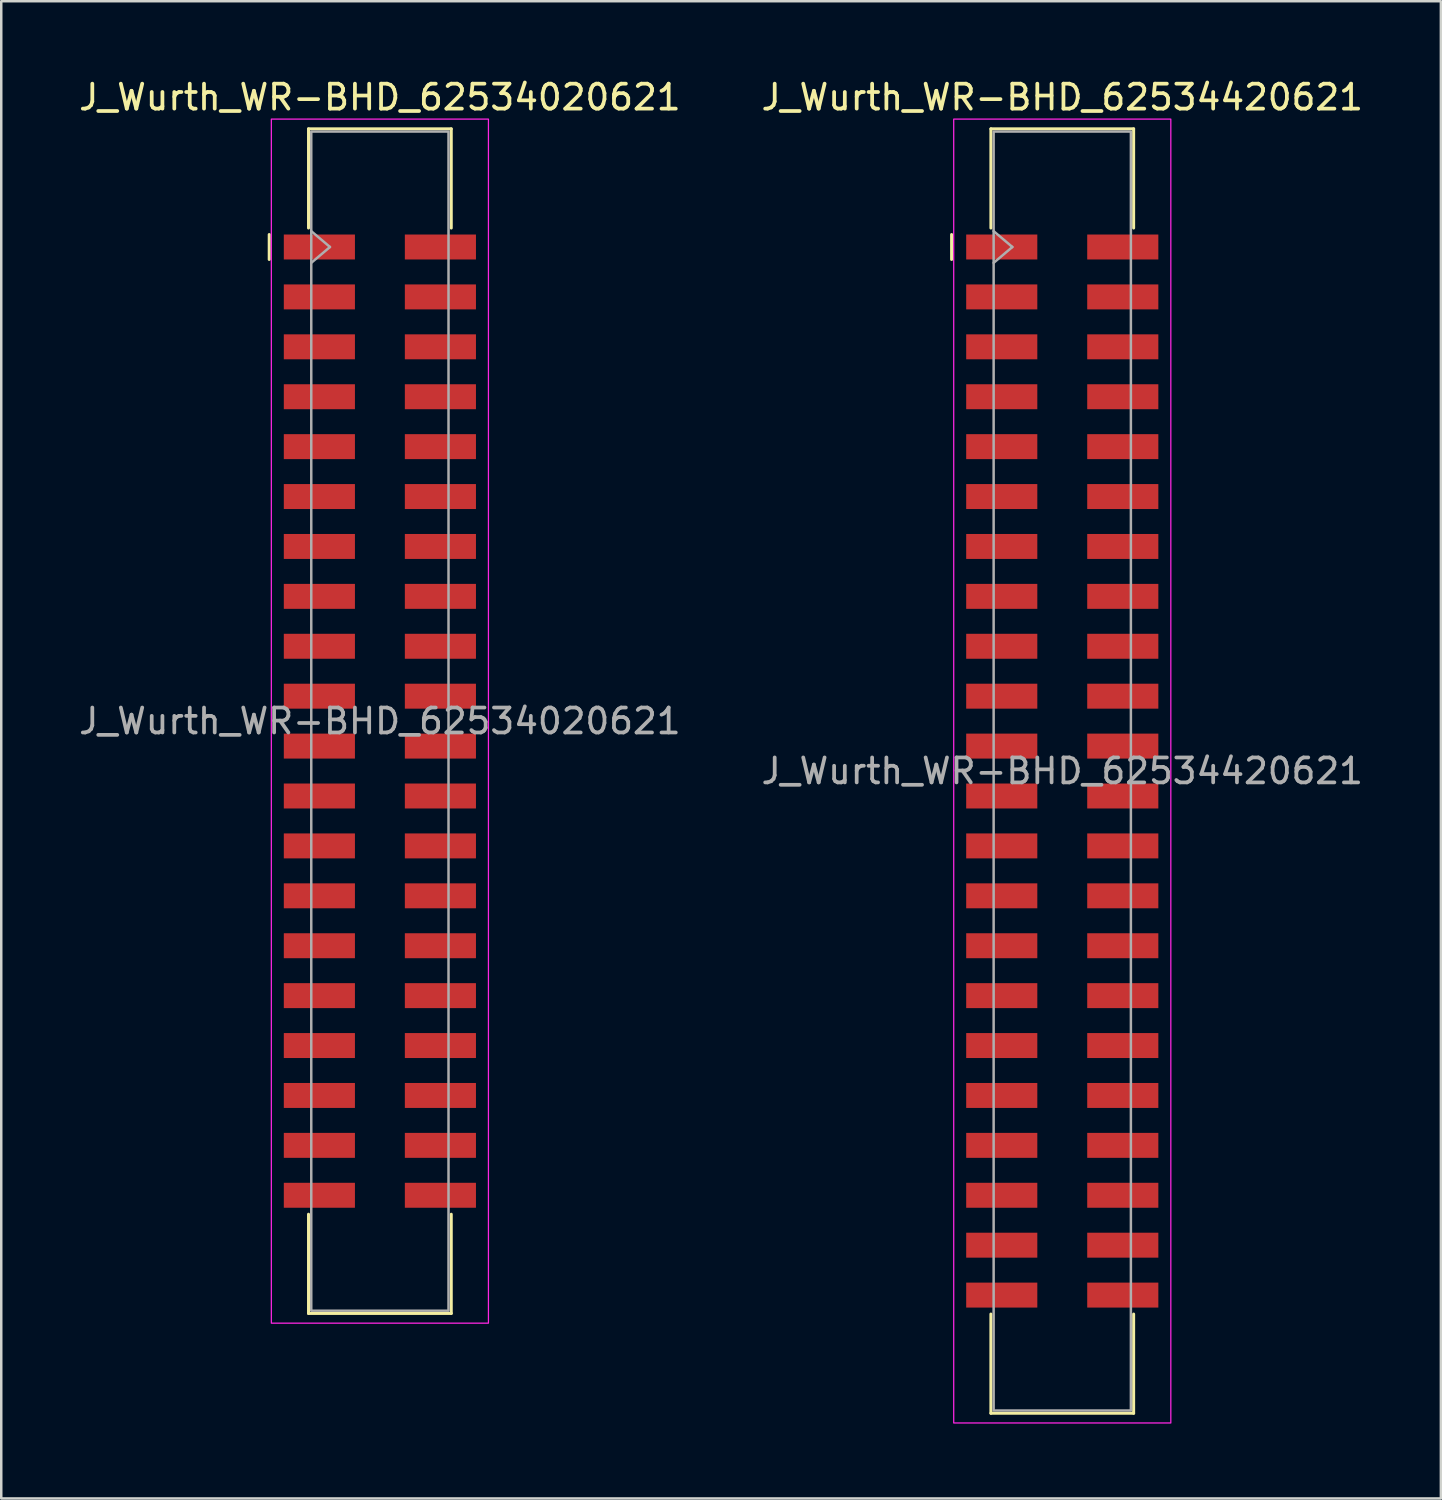
<source format=kicad_pcb>
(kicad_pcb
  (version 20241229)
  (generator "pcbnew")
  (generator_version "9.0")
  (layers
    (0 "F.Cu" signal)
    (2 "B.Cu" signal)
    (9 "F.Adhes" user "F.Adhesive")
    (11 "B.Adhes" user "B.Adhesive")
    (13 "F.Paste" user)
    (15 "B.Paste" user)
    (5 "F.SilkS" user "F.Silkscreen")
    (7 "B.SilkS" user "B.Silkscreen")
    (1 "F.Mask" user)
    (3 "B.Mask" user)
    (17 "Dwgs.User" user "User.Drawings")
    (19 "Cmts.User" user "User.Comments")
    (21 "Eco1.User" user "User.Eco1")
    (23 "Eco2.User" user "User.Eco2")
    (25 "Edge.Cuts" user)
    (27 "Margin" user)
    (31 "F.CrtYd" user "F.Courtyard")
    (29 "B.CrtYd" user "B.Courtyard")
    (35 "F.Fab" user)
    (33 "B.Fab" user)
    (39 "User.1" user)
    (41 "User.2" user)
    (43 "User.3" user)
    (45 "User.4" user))
  (footprint "J_Wurth_WR-BHD_62534020621"
    (layer "F.Cu")
    (at 12.173 25.848)
    (property "Reference" "J_Wurth_WR-BHD_62534020621" (at 0 -25 0) (unlocked yes) (layer "F.SilkS") (effects (font (size 1 1) (thickness 0.15))))
    (attr smd)
    (fp_line (start -4.435 -19.5) (end -4.435 -18.5) (stroke (width 0.12) (type solid)) (layer "F.SilkS"))
    (fp_line (start -2.86 -23.735) (end -2.86 -19.76) (stroke (width 0.12) (type solid)) (layer "F.SilkS"))
    (fp_line (start -2.86 -23.735) (end 2.86 -23.735) (stroke (width 0.12) (type default)) (layer "F.SilkS"))
    (fp_line (start -2.86 19.76) (end -2.86 23.735) (stroke (width 0.12) (type solid)) (layer "F.SilkS"))
    (fp_line (start 2.86 -23.735) (end 2.86 -19.76) (stroke (width 0.12) (type solid)) (layer "F.SilkS"))
    (fp_line (start 2.86 19.76) (end 2.86 23.735) (stroke (width 0.12) (type solid)) (layer "F.SilkS"))
    (fp_line (start 2.86 23.735) (end -2.86 23.735) (stroke (width 0.12) (type default)) (layer "F.SilkS"))
    (fp_rect (start -4.35 -24.125) (end 4.35 24.125) (stroke (width 0.05) (type solid)) (fill no) (layer "F.CrtYd"))
    (fp_line (start -2 -19) (end -2.75 -19.635) (stroke (width 0.1) (type solid)) (layer "F.Fab"))
    (fp_line (start -2 -19) (end -2.75 -18.365) (stroke (width 0.1) (type solid)) (layer "F.Fab"))
    (fp_rect (start -2.75 -23.625) (end 2.75 23.625) (stroke (width 0.1) (type solid)) (fill no) (layer "F.Fab"))
    (fp_text user "${REFERENCE}" (at 0 0 0) (unlocked yes) (layer "F.Fab") (effects (font (size 1 1) (thickness 0.15))))
    (pad "1" smd rect (at -2.425 -19 270) (size 1 2.85) (layers "F.Cu" "F.Mask" "F.Paste"))
    (pad "2" smd rect (at 2.425 -19 270) (size 1 2.85) (layers "F.Cu" "F.Mask" "F.Paste"))
    (pad "3" smd rect (at -2.425 -17 270) (size 1 2.85) (layers "F.Cu" "F.Mask" "F.Paste"))
    (pad "4" smd rect (at 2.425 -17 270) (size 1 2.85) (layers "F.Cu" "F.Mask" "F.Paste"))
    (pad "5" smd rect (at -2.425 -15 270) (size 1 2.85) (layers "F.Cu" "F.Mask" "F.Paste"))
    (pad "6" smd rect (at 2.425 -15 270) (size 1 2.85) (layers "F.Cu" "F.Mask" "F.Paste"))
    (pad "7" smd rect (at -2.425 -13 270) (size 1 2.85) (layers "F.Cu" "F.Mask" "F.Paste"))
    (pad "8" smd rect (at 2.425 -13 270) (size 1 2.85) (layers "F.Cu" "F.Mask" "F.Paste"))
    (pad "9" smd rect (at -2.425 -11 270) (size 1 2.85) (layers "F.Cu" "F.Mask" "F.Paste"))
    (pad "10" smd rect (at 2.425 -11 270) (size 1 2.85) (layers "F.Cu" "F.Mask" "F.Paste"))
    (pad "11" smd rect (at -2.425 -9 270) (size 1 2.85) (layers "F.Cu" "F.Mask" "F.Paste"))
    (pad "12" smd rect (at 2.425 -9 270) (size 1 2.85) (layers "F.Cu" "F.Mask" "F.Paste"))
    (pad "13" smd rect (at -2.425 -7 270) (size 1 2.85) (layers "F.Cu" "F.Mask" "F.Paste"))
    (pad "14" smd rect (at 2.425 -7 270) (size 1 2.85) (layers "F.Cu" "F.Mask" "F.Paste"))
    (pad "15" smd rect (at -2.425 -5 270) (size 1 2.85) (layers "F.Cu" "F.Mask" "F.Paste"))
    (pad "16" smd rect (at 2.425 -5 270) (size 1 2.85) (layers "F.Cu" "F.Mask" "F.Paste"))
    (pad "17" smd rect (at -2.425 -3 270) (size 1 2.85) (layers "F.Cu" "F.Mask" "F.Paste"))
    (pad "18" smd rect (at 2.425 -3 270) (size 1 2.85) (layers "F.Cu" "F.Mask" "F.Paste"))
    (pad "19" smd rect (at -2.425 -1 270) (size 1 2.85) (layers "F.Cu" "F.Mask" "F.Paste"))
    (pad "20" smd rect (at 2.425 -1 270) (size 1 2.85) (layers "F.Cu" "F.Mask" "F.Paste"))
    (pad "21" smd rect (at -2.425 1 270) (size 1 2.85) (layers "F.Cu" "F.Mask" "F.Paste"))
    (pad "22" smd rect (at 2.425 1 270) (size 1 2.85) (layers "F.Cu" "F.Mask" "F.Paste"))
    (pad "23" smd rect (at -2.425 3 270) (size 1 2.85) (layers "F.Cu" "F.Mask" "F.Paste"))
    (pad "24" smd rect (at 2.425 3 270) (size 1 2.85) (layers "F.Cu" "F.Mask" "F.Paste"))
    (pad "25" smd rect (at -2.425 5 270) (size 1 2.85) (layers "F.Cu" "F.Mask" "F.Paste"))
    (pad "26" smd rect (at 2.425 5 270) (size 1 2.85) (layers "F.Cu" "F.Mask" "F.Paste"))
    (pad "27" smd rect (at -2.425 7 270) (size 1 2.85) (layers "F.Cu" "F.Mask" "F.Paste"))
    (pad "28" smd rect (at 2.425 7 270) (size 1 2.85) (layers "F.Cu" "F.Mask" "F.Paste"))
    (pad "29" smd rect (at -2.425 9 270) (size 1 2.85) (layers "F.Cu" "F.Mask" "F.Paste"))
    (pad "30" smd rect (at 2.425 9 270) (size 1 2.85) (layers "F.Cu" "F.Mask" "F.Paste"))
    (pad "31" smd rect (at -2.425 11 270) (size 1 2.85) (layers "F.Cu" "F.Mask" "F.Paste"))
    (pad "32" smd rect (at 2.425 11 270) (size 1 2.85) (layers "F.Cu" "F.Mask" "F.Paste"))
    (pad "33" smd rect (at -2.425 13 270) (size 1 2.85) (layers "F.Cu" "F.Mask" "F.Paste"))
    (pad "34" smd rect (at 2.425 13 270) (size 1 2.85) (layers "F.Cu" "F.Mask" "F.Paste"))
    (pad "35" smd rect (at -2.425 15 270) (size 1 2.85) (layers "F.Cu" "F.Mask" "F.Paste"))
    (pad "36" smd rect (at 2.425 15 270) (size 1 2.85) (layers "F.Cu" "F.Mask" "F.Paste"))
    (pad "37" smd rect (at -2.425 17 270) (size 1 2.85) (layers "F.Cu" "F.Mask" "F.Paste"))
    (pad "38" smd rect (at 2.425 17 270) (size 1 2.85) (layers "F.Cu" "F.Mask" "F.Paste"))
    (pad "39" smd rect (at -2.425 19 270) (size 1 2.85) (layers "F.Cu" "F.Mask" "F.Paste"))
    (pad "40" smd rect (at 2.425 19 270) (size 1 2.85) (layers "F.Cu" "F.Mask" "F.Paste")))
  (footprint "J_Wurth_WR-BHD_62534420621"
    (layer "F.Cu")
    (at 39.518 27.848)
    (property "Reference" "J_Wurth_WR-BHD_62534420621" (at 0 -27 0) (unlocked yes) (layer "F.SilkS") (effects (font (size 1 1) (thickness 0.15))))
    (attr smd)
    (fp_line (start -4.435 -21.5) (end -4.435 -20.5) (stroke (width 0.12) (type solid)) (layer "F.SilkS"))
    (fp_line (start -2.86 -25.735) (end -2.86 -21.76) (stroke (width 0.12) (type solid)) (layer "F.SilkS"))
    (fp_line (start -2.86 -25.735) (end 2.86 -25.735) (stroke (width 0.12) (type default)) (layer "F.SilkS"))
    (fp_line (start -2.86 21.76) (end -2.86 25.735) (stroke (width 0.12) (type solid)) (layer "F.SilkS"))
    (fp_line (start 2.86 -25.735) (end 2.86 -21.76) (stroke (width 0.12) (type solid)) (layer "F.SilkS"))
    (fp_line (start 2.86 21.76) (end 2.86 25.735) (stroke (width 0.12) (type solid)) (layer "F.SilkS"))
    (fp_line (start 2.86 25.735) (end -2.86 25.735) (stroke (width 0.12) (type default)) (layer "F.SilkS"))
    (fp_rect (start -4.35 -26.125) (end 4.35 26.125) (stroke (width 0.05) (type solid)) (fill no) (layer "F.CrtYd"))
    (fp_line (start -2 -21) (end -2.75 -21.635) (stroke (width 0.1) (type solid)) (layer "F.Fab"))
    (fp_line (start -2 -21) (end -2.75 -20.365) (stroke (width 0.1) (type solid)) (layer "F.Fab"))
    (fp_rect (start -2.75 -25.625) (end 2.75 25.625) (stroke (width 0.1) (type solid)) (fill no) (layer "F.Fab"))
    (fp_text user "${REFERENCE}" (at 0 0 0) (unlocked yes) (layer "F.Fab") (effects (font (size 1 1) (thickness 0.15))))
    (pad "1" smd rect (at -2.425 -21 270) (size 1 2.85) (layers "F.Cu" "F.Mask" "F.Paste"))
    (pad "2" smd rect (at 2.425 -21 270) (size 1 2.85) (layers "F.Cu" "F.Mask" "F.Paste"))
    (pad "3" smd rect (at -2.425 -19 270) (size 1 2.85) (layers "F.Cu" "F.Mask" "F.Paste"))
    (pad "4" smd rect (at 2.425 -19 270) (size 1 2.85) (layers "F.Cu" "F.Mask" "F.Paste"))
    (pad "5" smd rect (at -2.425 -17 270) (size 1 2.85) (layers "F.Cu" "F.Mask" "F.Paste"))
    (pad "6" smd rect (at 2.425 -17 270) (size 1 2.85) (layers "F.Cu" "F.Mask" "F.Paste"))
    (pad "7" smd rect (at -2.425 -15 270) (size 1 2.85) (layers "F.Cu" "F.Mask" "F.Paste"))
    (pad "8" smd rect (at 2.425 -15 270) (size 1 2.85) (layers "F.Cu" "F.Mask" "F.Paste"))
    (pad "9" smd rect (at -2.425 -13 270) (size 1 2.85) (layers "F.Cu" "F.Mask" "F.Paste"))
    (pad "10" smd rect (at 2.425 -13 270) (size 1 2.85) (layers "F.Cu" "F.Mask" "F.Paste"))
    (pad "11" smd rect (at -2.425 -11 270) (size 1 2.85) (layers "F.Cu" "F.Mask" "F.Paste"))
    (pad "12" smd rect (at 2.425 -11 270) (size 1 2.85) (layers "F.Cu" "F.Mask" "F.Paste"))
    (pad "13" smd rect (at -2.425 -9 270) (size 1 2.85) (layers "F.Cu" "F.Mask" "F.Paste"))
    (pad "14" smd rect (at 2.425 -9 270) (size 1 2.85) (layers "F.Cu" "F.Mask" "F.Paste"))
    (pad "15" smd rect (at -2.425 -7 270) (size 1 2.85) (layers "F.Cu" "F.Mask" "F.Paste"))
    (pad "16" smd rect (at 2.425 -7 270) (size 1 2.85) (layers "F.Cu" "F.Mask" "F.Paste"))
    (pad "17" smd rect (at -2.425 -5 270) (size 1 2.85) (layers "F.Cu" "F.Mask" "F.Paste"))
    (pad "18" smd rect (at 2.425 -5 270) (size 1 2.85) (layers "F.Cu" "F.Mask" "F.Paste"))
    (pad "19" smd rect (at -2.425 -3 270) (size 1 2.85) (layers "F.Cu" "F.Mask" "F.Paste"))
    (pad "20" smd rect (at 2.425 -3 270) (size 1 2.85) (layers "F.Cu" "F.Mask" "F.Paste"))
    (pad "21" smd rect (at -2.425 -1 270) (size 1 2.85) (layers "F.Cu" "F.Mask" "F.Paste"))
    (pad "22" smd rect (at 2.425 -1 270) (size 1 2.85) (layers "F.Cu" "F.Mask" "F.Paste"))
    (pad "23" smd rect (at -2.425 1 270) (size 1 2.85) (layers "F.Cu" "F.Mask" "F.Paste"))
    (pad "24" smd rect (at 2.425 1 270) (size 1 2.85) (layers "F.Cu" "F.Mask" "F.Paste"))
    (pad "25" smd rect (at -2.425 3 270) (size 1 2.85) (layers "F.Cu" "F.Mask" "F.Paste"))
    (pad "26" smd rect (at 2.425 3 270) (size 1 2.85) (layers "F.Cu" "F.Mask" "F.Paste"))
    (pad "27" smd rect (at -2.425 5 270) (size 1 2.85) (layers "F.Cu" "F.Mask" "F.Paste"))
    (pad "28" smd rect (at 2.425 5 270) (size 1 2.85) (layers "F.Cu" "F.Mask" "F.Paste"))
    (pad "29" smd rect (at -2.425 7 270) (size 1 2.85) (layers "F.Cu" "F.Mask" "F.Paste"))
    (pad "30" smd rect (at 2.425 7 270) (size 1 2.85) (layers "F.Cu" "F.Mask" "F.Paste"))
    (pad "31" smd rect (at -2.425 9 270) (size 1 2.85) (layers "F.Cu" "F.Mask" "F.Paste"))
    (pad "32" smd rect (at 2.425 9 270) (size 1 2.85) (layers "F.Cu" "F.Mask" "F.Paste"))
    (pad "33" smd rect (at -2.425 11 270) (size 1 2.85) (layers "F.Cu" "F.Mask" "F.Paste"))
    (pad "34" smd rect (at 2.425 11 270) (size 1 2.85) (layers "F.Cu" "F.Mask" "F.Paste"))
    (pad "35" smd rect (at -2.425 13 270) (size 1 2.85) (layers "F.Cu" "F.Mask" "F.Paste"))
    (pad "36" smd rect (at 2.425 13 270) (size 1 2.85) (layers "F.Cu" "F.Mask" "F.Paste"))
    (pad "37" smd rect (at -2.425 15 270) (size 1 2.85) (layers "F.Cu" "F.Mask" "F.Paste"))
    (pad "38" smd rect (at 2.425 15 270) (size 1 2.85) (layers "F.Cu" "F.Mask" "F.Paste"))
    (pad "39" smd rect (at -2.425 17 270) (size 1 2.85) (layers "F.Cu" "F.Mask" "F.Paste"))
    (pad "40" smd rect (at 2.425 17 270) (size 1 2.85) (layers "F.Cu" "F.Mask" "F.Paste"))
    (pad "41" smd rect (at -2.425 19 270) (size 1 2.85) (layers "F.Cu" "F.Mask" "F.Paste"))
    (pad "42" smd rect (at 2.425 19 270) (size 1 2.85) (layers "F.Cu" "F.Mask" "F.Paste"))
    (pad "43" smd rect (at -2.425 21 270) (size 1 2.85) (layers "F.Cu" "F.Mask" "F.Paste"))
    (pad "44" smd rect (at 2.425 21 270) (size 1 2.85) (layers "F.Cu" "F.Mask" "F.Paste")))
  (gr_rect
    (start -3 -3)
    (end 54.69 56.998)
    (stroke (width 0.1) (type default))
    (fill no)
    (layer "Edge.Cuts")))
</source>
